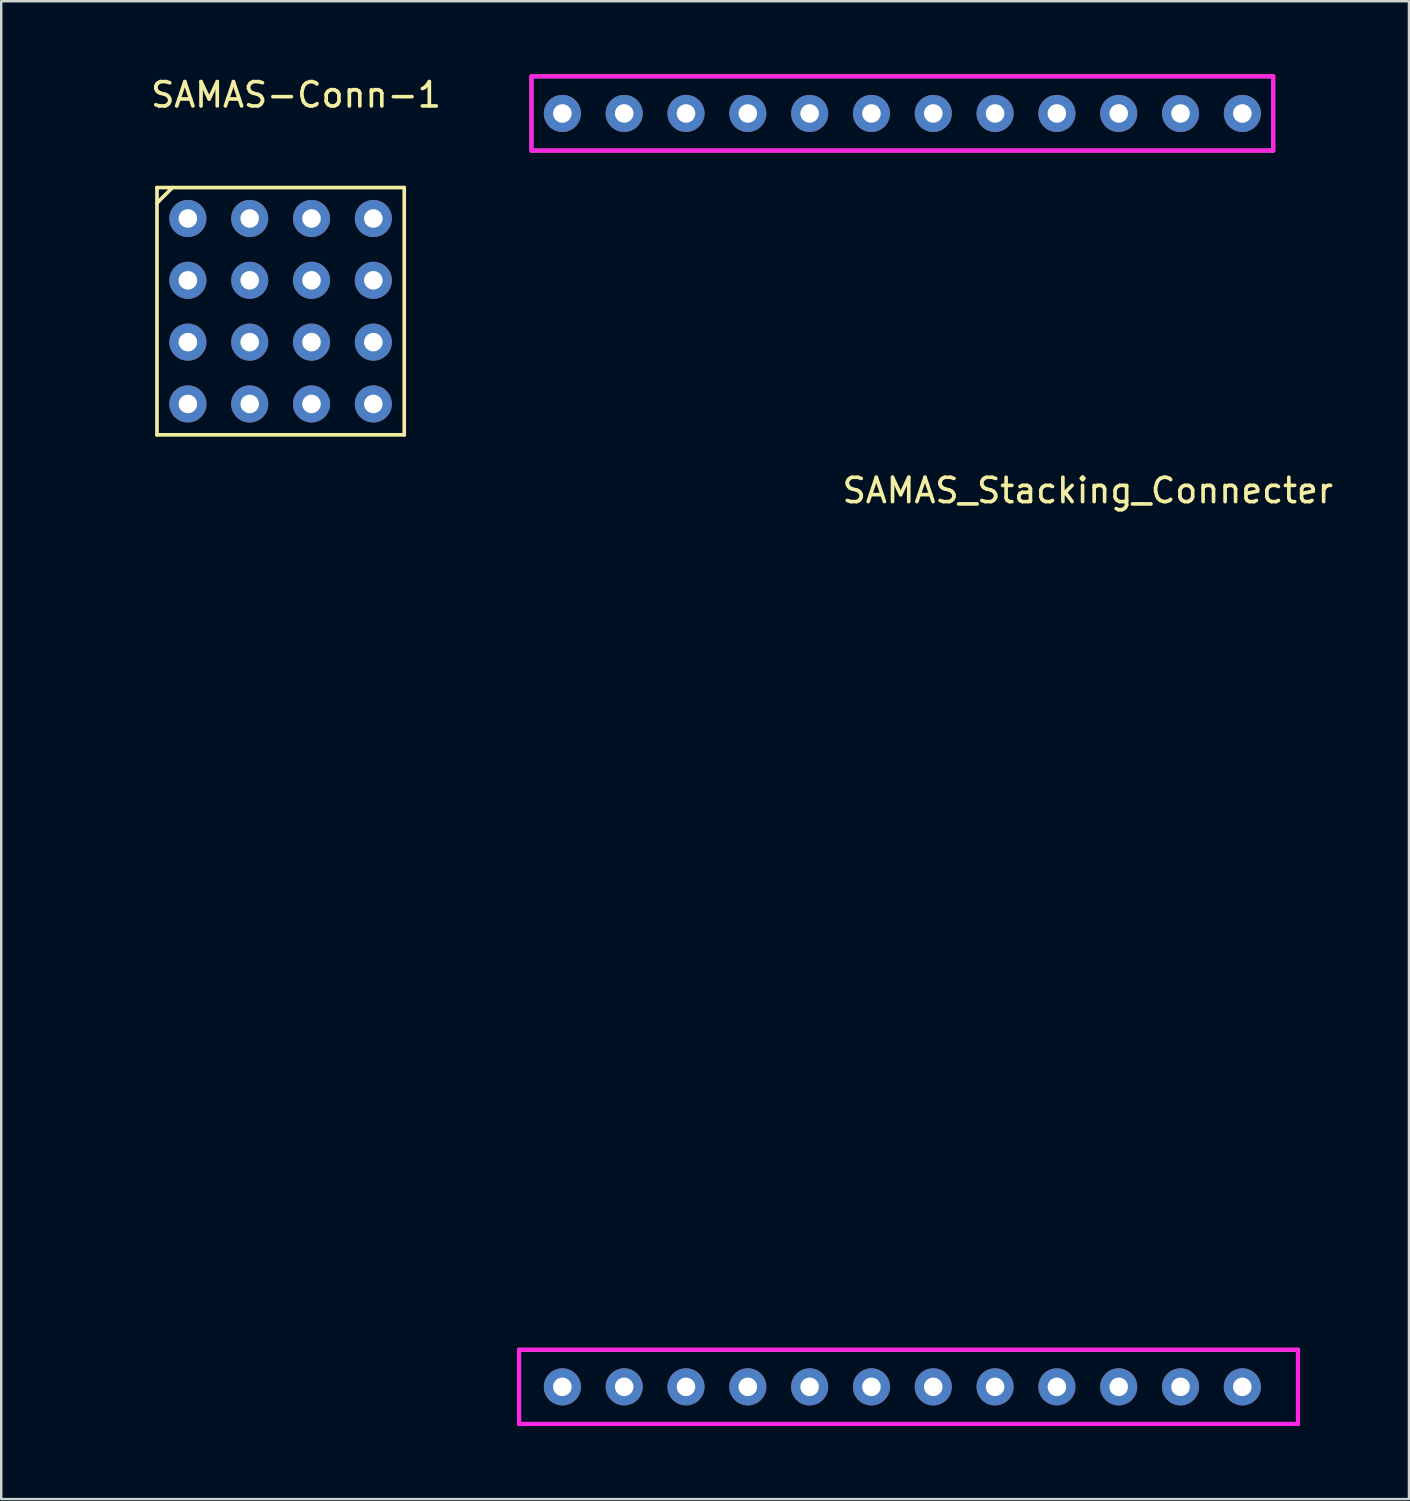
<source format=kicad_pcb>
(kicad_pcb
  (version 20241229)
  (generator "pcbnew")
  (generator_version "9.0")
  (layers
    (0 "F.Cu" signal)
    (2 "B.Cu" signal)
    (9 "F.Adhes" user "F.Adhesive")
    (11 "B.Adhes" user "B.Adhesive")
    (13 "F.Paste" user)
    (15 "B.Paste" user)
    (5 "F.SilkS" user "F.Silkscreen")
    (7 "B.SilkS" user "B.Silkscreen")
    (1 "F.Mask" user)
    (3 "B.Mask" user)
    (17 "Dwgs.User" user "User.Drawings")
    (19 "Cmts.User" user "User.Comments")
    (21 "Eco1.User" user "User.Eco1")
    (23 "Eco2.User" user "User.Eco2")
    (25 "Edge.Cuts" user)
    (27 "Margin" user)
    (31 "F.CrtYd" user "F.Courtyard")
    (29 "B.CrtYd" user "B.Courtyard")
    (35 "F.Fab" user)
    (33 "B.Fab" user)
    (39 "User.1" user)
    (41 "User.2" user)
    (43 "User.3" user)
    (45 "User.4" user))
  (footprint "SAMAS_Stacking_Connecter"
    (layer "F.Cu")
    (at 34.028 29.552)
    (property "Reference" "SAMAS_Stacking_Connecter" (at 7.62 -12.446 0) (layer "F.SilkS") (effects (font (size 1 1) (thickness 0.15))))
    (attr through_hole)
    (fp_line (start -15.748 22.86) (end -15.748 25.908) (stroke (width 0.15) (type solid)) (layer "F.SilkS"))
    (fp_line (start -15.748 25.908) (end 16.256 25.908) (stroke (width 0.15) (type solid)) (layer "F.SilkS"))
    (fp_line (start -15.24 -29.464) (end -15.24 -26.416) (stroke (width 0.15) (type solid)) (layer "F.SilkS"))
    (fp_line (start -15.24 -26.416) (end 15.24 -26.416) (stroke (width 0.15) (type solid)) (layer "F.SilkS"))
    (fp_line (start 15.24 -29.464) (end -15.24 -29.464) (stroke (width 0.15) (type solid)) (layer "F.SilkS"))
    (fp_line (start 15.24 -26.416) (end 15.24 -29.464) (stroke (width 0.15) (type solid)) (layer "F.SilkS"))
    (fp_line (start 16.256 22.86) (end -15.748 22.86) (stroke (width 0.15) (type solid)) (layer "F.SilkS"))
    (fp_line (start 16.256 25.908) (end 16.256 22.86) (stroke (width 0.15) (type solid)) (layer "F.SilkS"))
    (fp_line (start -15.748 22.86) (end 16.256 22.86) (stroke (width 0.175) (type solid)) (layer "F.CrtYd"))
    (fp_line (start -15.748 25.908) (end -15.748 22.86) (stroke (width 0.175) (type solid)) (layer "F.CrtYd"))
    (fp_line (start -15.24 -29.464) (end 15.24 -29.464) (stroke (width 0.175) (type solid)) (layer "F.CrtYd"))
    (fp_line (start -15.24 -26.416) (end -15.24 -29.464) (stroke (width 0.175) (type solid)) (layer "F.CrtYd"))
    (fp_line (start 15.24 -29.464) (end 15.24 -26.416) (stroke (width 0.175) (type solid)) (layer "F.CrtYd"))
    (fp_line (start 15.24 -26.416) (end -15.24 -26.416) (stroke (width 0.175) (type solid)) (layer "F.CrtYd"))
    (fp_line (start 16.256 22.86) (end 16.256 25.908) (stroke (width 0.175) (type solid)) (layer "F.CrtYd"))
    (fp_line (start 16.256 25.908) (end -15.748 25.908) (stroke (width 0.175) (type solid)) (layer "F.CrtYd"))
    (pad "1" thru_hole circle (at -13.97 -27.94) (size 1.524 1.524) (drill 0.762) (layers "*.Cu" "*.Mask"))
    (pad "2" thru_hole circle (at -11.43 -27.94) (size 1.524 1.524) (drill 0.762) (layers "*.Cu" "*.Mask"))
    (pad "3" thru_hole circle (at -8.89 -27.94) (size 1.524 1.524) (drill 0.762) (layers "*.Cu" "*.Mask"))
    (pad "4" thru_hole circle (at -6.35 -27.94) (size 1.524 1.524) (drill 0.762) (layers "*.Cu" "*.Mask"))
    (pad "5" thru_hole circle (at -3.81 -27.94) (size 1.524 1.524) (drill 0.762) (layers "*.Cu" "*.Mask"))
    (pad "6" thru_hole circle (at -1.27 -27.94) (size 1.524 1.524) (drill 0.762) (layers "*.Cu" "*.Mask"))
    (pad "7" thru_hole circle (at 1.27 -27.94) (size 1.524 1.524) (drill 0.762) (layers "*.Cu" "*.Mask"))
    (pad "8" thru_hole circle (at 3.81 -27.94) (size 1.524 1.524) (drill 0.762) (layers "*.Cu" "*.Mask"))
    (pad "9" thru_hole circle (at 6.35 -27.94) (size 1.524 1.524) (drill 0.762) (layers "*.Cu" "*.Mask"))
    (pad "10" thru_hole circle (at 8.89 -27.94) (size 1.524 1.524) (drill 0.762) (layers "*.Cu" "*.Mask"))
    (pad "11" thru_hole circle (at 11.43 -27.94) (size 1.524 1.524) (drill 0.762) (layers "*.Cu" "*.Mask"))
    (pad "12" thru_hole circle (at 13.97 -27.94) (size 1.524 1.524) (drill 0.762) (layers "*.Cu" "*.Mask"))
    (pad "13" thru_hole circle (at -13.97 24.384) (size 1.524 1.524) (drill 0.762) (layers "*.Cu" "*.Mask"))
    (pad "14" thru_hole circle (at -11.43 24.384) (size 1.524 1.524) (drill 0.762) (layers "*.Cu" "*.Mask"))
    (pad "15" thru_hole circle (at -8.89 24.384) (size 1.524 1.524) (drill 0.762) (layers "*.Cu" "*.Mask"))
    (pad "16" thru_hole circle (at -6.35 24.384) (size 1.524 1.524) (drill 0.762) (layers "*.Cu" "*.Mask"))
    (pad "17" thru_hole circle (at -3.81 24.384) (size 1.524 1.524) (drill 0.762) (layers "*.Cu" "*.Mask"))
    (pad "18" thru_hole circle (at -1.27 24.384) (size 1.524 1.524) (drill 0.762) (layers "*.Cu" "*.Mask"))
    (pad "19" thru_hole circle (at 1.27 24.384) (size 1.524 1.524) (drill 0.762) (layers "*.Cu" "*.Mask"))
    (pad "20" thru_hole circle (at 3.81 24.384) (size 1.524 1.524) (drill 0.762) (layers "*.Cu" "*.Mask"))
    (pad "21" thru_hole circle (at 6.35 24.384) (size 1.524 1.524) (drill 0.762) (layers "*.Cu" "*.Mask"))
    (pad "22" thru_hole circle (at 8.89 24.384) (size 1.524 1.524) (drill 0.762) (layers "*.Cu" "*.Mask"))
    (pad "23" thru_hole circle (at 11.43 24.384) (size 1.524 1.524) (drill 0.762) (layers "*.Cu" "*.Mask"))
    (pad "24" thru_hole circle (at 13.97 24.384) (size 1.524 1.524) (drill 0.762) (layers "*.Cu" "*.Mask")))
  (footprint "SAMAS-Conn-1"
    (layer "F.Cu")
    (at 12.29 9.738)
    (property "Reference" "SAMAS-Conn-1" (at -3.175 -8.89 0) (layer "F.SilkS") (effects (font (size 1 1) (thickness 0.15))))
    (attr through_hole)
    (fp_line (start -8.89 -5.08) (end -8.89 5.08) (stroke (width 0.15) (type solid)) (layer "F.SilkS"))
    (fp_line (start -8.89 -4.445) (end -8.255 -5.08) (stroke (width 0.15) (type solid)) (layer "F.SilkS"))
    (fp_line (start -8.89 5.08) (end 1.27 5.08) (stroke (width 0.15) (type solid)) (layer "F.SilkS"))
    (fp_line (start 1.27 -5.08) (end -8.89 -5.08) (stroke (width 0.15) (type solid)) (layer "F.SilkS"))
    (fp_line (start 1.27 5.08) (end 1.27 -5.08) (stroke (width 0.15) (type solid)) (layer "F.SilkS"))
    (fp_text user "" (at -10.795 -1.27 0) (layer "F.SilkS") (effects (font (size 1 1) (thickness 0.15))))
    (fp_text user "" (at -10.795 -3.81 0) (layer "F.SilkS") (effects (font (size 1 1) (thickness 0.15))))
    (fp_text user "" (at -12.065 1.27 0) (layer "F.SilkS") (effects (font (size 1 1) (thickness 0.15))))
    (pad "1" thru_hole circle (at -7.62 -3.81) (size 1.524 1.524) (drill 0.762) (layers "*.Cu" "*.Mask"))
    (pad "2" thru_hole circle (at -5.08 -3.81) (size 1.524 1.524) (drill 0.762) (layers "*.Cu" "*.Mask"))
    (pad "3" thru_hole circle (at -2.54 -3.81) (size 1.524 1.524) (drill 0.762) (layers "*.Cu" "*.Mask"))
    (pad "4" thru_hole circle (at 0 -3.81) (size 1.524 1.524) (drill 0.762) (layers "*.Cu" "*.Mask"))
    (pad "5" thru_hole circle (at -7.62 -1.27) (size 1.524 1.524) (drill 0.762) (layers "*.Cu" "*.Mask"))
    (pad "6" thru_hole circle (at -5.08 -1.27) (size 1.524 1.524) (drill 0.762) (layers "*.Cu" "*.Mask"))
    (pad "7" thru_hole circle (at -2.54 -1.27) (size 1.524 1.524) (drill 0.762) (layers "*.Cu" "*.Mask"))
    (pad "8" thru_hole circle (at 0 -1.27) (size 1.524 1.524) (drill 0.762) (layers "*.Cu" "*.Mask"))
    (pad "9" thru_hole circle (at -7.62 1.27) (size 1.524 1.524) (drill 0.762) (layers "*.Cu" "*.Mask"))
    (pad "10" thru_hole circle (at -5.08 1.27) (size 1.524 1.524) (drill 0.762) (layers "*.Cu" "*.Mask"))
    (pad "11" thru_hole circle (at -2.54 1.27) (size 1.524 1.524) (drill 0.762) (layers "*.Cu" "*.Mask"))
    (pad "12" thru_hole circle (at 0 1.27) (size 1.524 1.524) (drill 0.762) (layers "*.Cu" "*.Mask"))
    (pad "13" thru_hole circle (at -7.62 3.81) (size 1.524 1.524) (drill 0.762) (layers "*.Cu" "*.Mask"))
    (pad "14" thru_hole circle (at -5.08 3.81) (size 1.524 1.524) (drill 0.762) (layers "*.Cu" "*.Mask"))
    (pad "15" thru_hole circle (at -2.54 3.81) (size 1.524 1.524) (drill 0.762) (layers "*.Cu" "*.Mask"))
    (pad "16" thru_hole circle (at 0 3.81) (size 1.524 1.524) (drill 0.762) (layers "*.Cu" "*.Mask")))
  (gr_rect
    (start -3 -3)
    (end 54.844 58.547)
    (stroke (width 0.1) (type default))
    (fill no)
    (layer "Edge.Cuts")))
</source>
